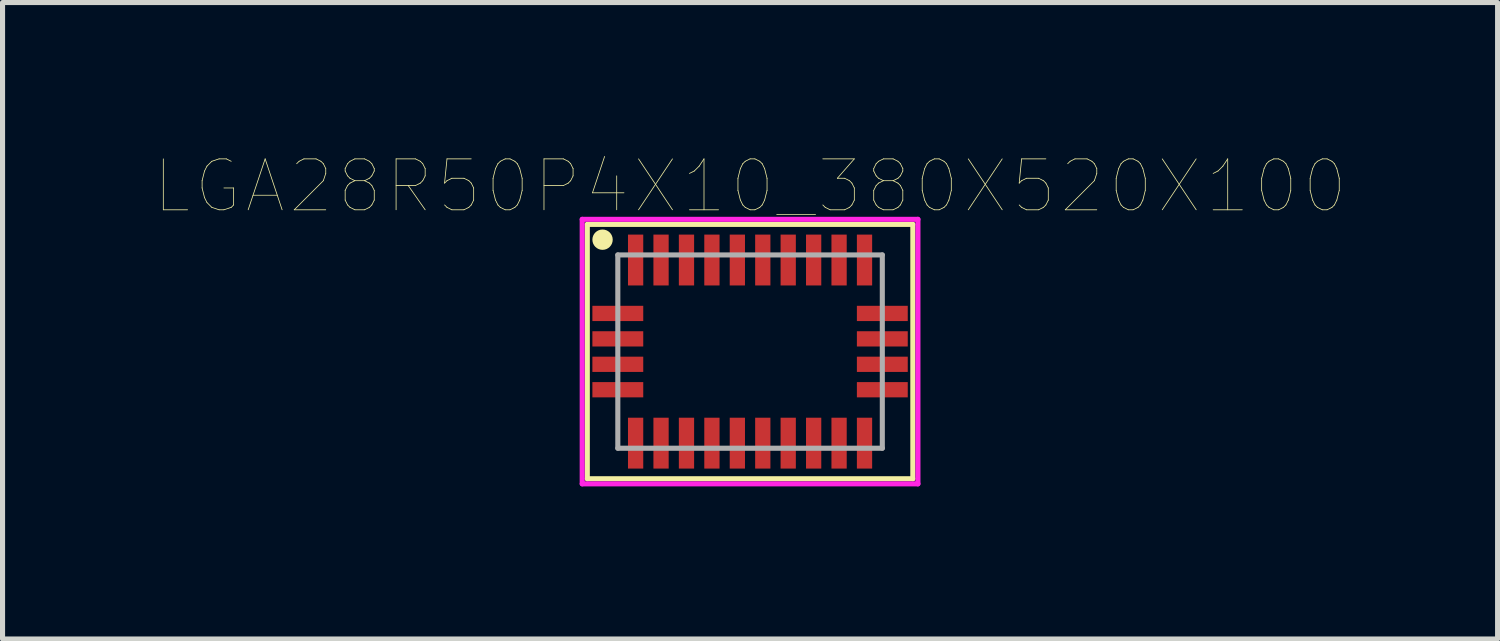
<source format=kicad_pcb>
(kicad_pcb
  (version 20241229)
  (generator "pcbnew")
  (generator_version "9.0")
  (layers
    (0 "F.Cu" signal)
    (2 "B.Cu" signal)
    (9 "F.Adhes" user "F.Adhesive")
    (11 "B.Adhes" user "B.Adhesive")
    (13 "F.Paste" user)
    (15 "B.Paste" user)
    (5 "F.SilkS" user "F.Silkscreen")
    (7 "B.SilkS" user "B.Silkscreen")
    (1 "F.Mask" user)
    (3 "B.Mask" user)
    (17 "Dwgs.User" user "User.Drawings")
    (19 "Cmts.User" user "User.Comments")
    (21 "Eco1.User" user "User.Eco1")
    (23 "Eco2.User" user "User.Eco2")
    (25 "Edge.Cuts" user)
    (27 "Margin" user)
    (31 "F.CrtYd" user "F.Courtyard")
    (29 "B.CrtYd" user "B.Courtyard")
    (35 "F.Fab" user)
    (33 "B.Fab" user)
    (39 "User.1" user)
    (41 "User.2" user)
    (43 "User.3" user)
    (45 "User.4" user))
  (footprint "LGA28R50P4X10_380X520X100"
    (layer "F.Cu")
    (at 11.696 3.862)
    (property "Reference" "LGA28R50P4X10_380X520X100" (at 0 -3.25 0) (layer "F.SilkS") (effects (font (size 1.001 1.001) (thickness 0.015))))
    (attr through_hole)
    (fp_line (start -3.2 -2.5) (end -3.2 2.5) (stroke (width 0.1) (type solid)) (layer "F.SilkS"))
    (fp_line (start -3.2 -2.5) (end 3.2 -2.5) (stroke (width 0.1) (type solid)) (layer "F.SilkS"))
    (fp_line (start -3.2 2.5) (end 3.2 2.5) (stroke (width 0.1) (type solid)) (layer "F.SilkS"))
    (fp_line (start 3.2 -2.5) (end 3.2 2.5) (stroke (width 0.1) (type solid)) (layer "F.SilkS"))
    (fp_circle (center -2.9 -2.2) (end -2.8 -2.2) (stroke (width 0.2) (type solid)) (fill no) (layer "F.SilkS"))
    (fp_line (start -3.3 -2.6) (end 3.3 -2.6) (stroke (width 0.1) (type solid)) (layer "F.CrtYd"))
    (fp_line (start -3.3 2.6) (end -3.3 -2.6) (stroke (width 0.1) (type solid)) (layer "F.CrtYd"))
    (fp_line (start 3.3 -2.6) (end 3.3 2.6) (stroke (width 0.1) (type solid)) (layer "F.CrtYd"))
    (fp_line (start 3.3 2.6) (end -3.3 2.6) (stroke (width 0.1) (type solid)) (layer "F.CrtYd"))
    (fp_line (start -2.6 -1.9) (end 2.6 -1.9) (stroke (width 0.1) (type solid)) (layer "F.Fab"))
    (fp_line (start -2.6 1.9) (end -2.6 -1.9) (stroke (width 0.1) (type solid)) (layer "F.Fab"))
    (fp_line (start 2.6 -1.9) (end 2.6 1.9) (stroke (width 0.1) (type solid)) (layer "F.Fab"))
    (fp_line (start 2.6 1.9) (end -2.6 1.9) (stroke (width 0.1) (type solid)) (layer "F.Fab"))
    (pad "1" smd rect (at -2.25 -1.8) (size 0.3 1) (layers "F.Cu" "F.Mask" "F.Paste"))
    (pad "2" smd rect (at -2.6 -0.75) (size 1 0.3) (layers "F.Cu" "F.Mask" "F.Paste"))
    (pad "3" smd rect (at -2.6 -0.25) (size 1 0.3) (layers "F.Cu" "F.Mask" "F.Paste"))
    (pad "4" smd rect (at -2.6 0.25) (size 1 0.3) (layers "F.Cu" "F.Mask" "F.Paste"))
    (pad "5" smd rect (at -2.6 0.75) (size 1 0.3) (layers "F.Cu" "F.Mask" "F.Paste"))
    (pad "6" smd rect (at -2.25 1.8) (size 0.3 1) (layers "F.Cu" "F.Mask" "F.Paste"))
    (pad "7" smd rect (at -1.75 1.8) (size 0.3 1) (layers "F.Cu" "F.Mask" "F.Paste"))
    (pad "8" smd rect (at -1.25 1.8) (size 0.3 1) (layers "F.Cu" "F.Mask" "F.Paste"))
    (pad "9" smd rect (at -0.75 1.8) (size 0.3 1) (layers "F.Cu" "F.Mask" "F.Paste"))
    (pad "10" smd rect (at -0.25 1.8) (size 0.3 1) (layers "F.Cu" "F.Mask" "F.Paste"))
    (pad "11" smd rect (at 0.25 1.8) (size 0.3 1) (layers "F.Cu" "F.Mask" "F.Paste"))
    (pad "12" smd rect (at 0.75 1.8) (size 0.3 1) (layers "F.Cu" "F.Mask" "F.Paste"))
    (pad "13" smd rect (at 1.25 1.8) (size 0.3 1) (layers "F.Cu" "F.Mask" "F.Paste"))
    (pad "14" smd rect (at 1.75 1.8) (size 0.3 1) (layers "F.Cu" "F.Mask" "F.Paste"))
    (pad "15" smd rect (at 2.25 1.8) (size 0.3 1) (layers "F.Cu" "F.Mask" "F.Paste"))
    (pad "16" smd rect (at 2.6 0.75) (size 1 0.3) (layers "F.Cu" "F.Mask" "F.Paste"))
    (pad "17" smd rect (at 2.6 0.25) (size 1 0.3) (layers "F.Cu" "F.Mask" "F.Paste"))
    (pad "18" smd rect (at 2.6 -0.25) (size 1 0.3) (layers "F.Cu" "F.Mask" "F.Paste"))
    (pad "19" smd rect (at 2.6 -0.75) (size 1 0.3) (layers "F.Cu" "F.Mask" "F.Paste"))
    (pad "20" smd rect (at 2.25 -1.8) (size 0.3 1) (layers "F.Cu" "F.Mask" "F.Paste"))
    (pad "21" smd rect (at 1.75 -1.8) (size 0.3 1) (layers "F.Cu" "F.Mask" "F.Paste"))
    (pad "22" smd rect (at 1.25 -1.8) (size 0.3 1) (layers "F.Cu" "F.Mask" "F.Paste"))
    (pad "23" smd rect (at 0.75 -1.8) (size 0.3 1) (layers "F.Cu" "F.Mask" "F.Paste"))
    (pad "24" smd rect (at 0.25 -1.8) (size 0.3 1) (layers "F.Cu" "F.Mask" "F.Paste"))
    (pad "25" smd rect (at -0.25 -1.8) (size 0.3 1) (layers "F.Cu" "F.Mask" "F.Paste"))
    (pad "26" smd rect (at -0.75 -1.8) (size 0.3 1) (layers "F.Cu" "F.Mask" "F.Paste"))
    (pad "27" smd rect (at -1.25 -1.8) (size 0.3 1) (layers "F.Cu" "F.Mask" "F.Paste"))
    (pad "28" smd rect (at -1.75 -1.8) (size 0.3 1) (layers "F.Cu" "F.Mask" "F.Paste")))
  (gr_rect
    (start -3 -3)
    (end 26.392 9.512)
    (stroke (width 0.1) (type default))
    (fill no)
    (layer "Edge.Cuts")))
</source>
